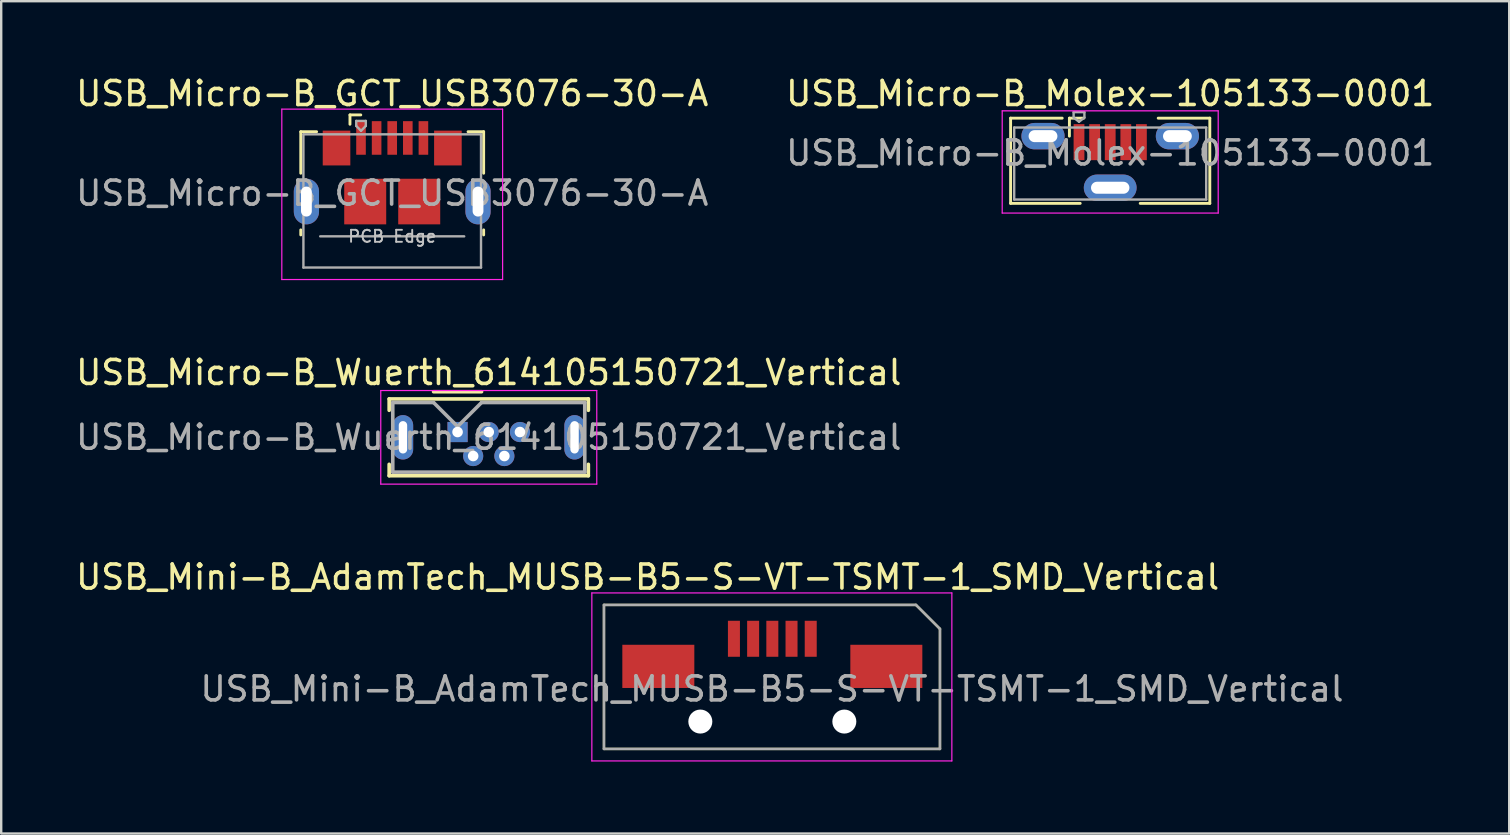
<source format=kicad_pcb>
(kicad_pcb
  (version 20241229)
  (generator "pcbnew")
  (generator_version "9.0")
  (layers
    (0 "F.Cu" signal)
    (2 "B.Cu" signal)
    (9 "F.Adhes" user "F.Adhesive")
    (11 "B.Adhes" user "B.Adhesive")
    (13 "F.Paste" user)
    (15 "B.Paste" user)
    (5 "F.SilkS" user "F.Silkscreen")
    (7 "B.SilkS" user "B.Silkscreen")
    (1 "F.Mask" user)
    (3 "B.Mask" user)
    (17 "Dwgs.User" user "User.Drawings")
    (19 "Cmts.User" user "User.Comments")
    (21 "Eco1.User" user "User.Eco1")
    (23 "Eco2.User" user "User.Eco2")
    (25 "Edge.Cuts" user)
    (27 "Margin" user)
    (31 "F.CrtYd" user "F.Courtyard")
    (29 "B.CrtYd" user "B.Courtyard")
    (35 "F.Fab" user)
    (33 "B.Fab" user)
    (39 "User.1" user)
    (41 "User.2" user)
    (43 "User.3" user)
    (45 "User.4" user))
  (footprint "USB_Micro-B_Molex-105133-0001"
    (layer "F.Cu")
    (at 43.208 3.698)
    (property "Reference" "USB_Micro-B_Molex-105133-0001" (at 0 -2.85 0) (layer "F.SilkS") (effects (font (size 1 1) (thickness 0.15))))
    (attr smd)
    (fp_line (start -4.15 -1.825) (end -4.15 1.725) (stroke (width 0.12) (type solid)) (layer "F.SilkS"))
    (fp_line (start -4.15 1.725) (end -1.25 1.725) (stroke (width 0.12) (type solid)) (layer "F.SilkS"))
    (fp_line (start -2 -1.825) (end -4.15 -1.825) (stroke (width 0.12) (type solid)) (layer "F.SilkS"))
    (fp_line (start -1.7 -1.825) (end -1.1 -1.825) (stroke (width 0.12) (type solid)) (layer "F.SilkS"))
    (fp_line (start -1.7 -1.075) (end -1.7 -1.825) (stroke (width 0.12) (type solid)) (layer "F.SilkS"))
    (fp_line (start 2 -1.825) (end 4.15 -1.825) (stroke (width 0.12) (type solid)) (layer "F.SilkS"))
    (fp_line (start 4.15 -1.825) (end 4.15 1.725) (stroke (width 0.12) (type solid)) (layer "F.SilkS"))
    (fp_line (start 4.15 1.725) (end 1.25 1.725) (stroke (width 0.12) (type solid)) (layer "F.SilkS"))
    (fp_line (start -4.5 -2.13) (end 4.5 -2.13) (stroke (width 0.05) (type solid)) (layer "F.CrtYd"))
    (fp_line (start -4.5 2.13) (end -4.5 -2.13) (stroke (width 0.05) (type solid)) (layer "F.CrtYd"))
    (fp_line (start -4.5 2.13) (end 4.5 2.13) (stroke (width 0.05) (type solid)) (layer "F.CrtYd"))
    (fp_line (start 4.5 2.13) (end 4.5 -2.13) (stroke (width 0.05) (type solid)) (layer "F.CrtYd"))
    (fp_line (start -4 1.565) (end -4 -1.435) (stroke (width 0.1) (type solid)) (layer "F.Fab"))
    (fp_line (start -4 1.565) (end 4 1.565) (stroke (width 0.1) (type solid)) (layer "F.Fab"))
    (fp_line (start -1.525 -2.075) (end -1.075 -2.075) (stroke (width 0.1) (type solid)) (layer "F.Fab"))
    (fp_line (start -1.525 -1.85) (end -1.525 -2.075) (stroke (width 0.1) (type solid)) (layer "F.Fab"))
    (fp_line (start -1.3 -1.675) (end -1.525 -1.85) (stroke (width 0.1) (type solid)) (layer "F.Fab"))
    (fp_line (start -1.3 -1.675) (end -1.075 -1.85) (stroke (width 0.1) (type solid)) (layer "F.Fab"))
    (fp_line (start -1.075 -2.075) (end -1.075 -1.85) (stroke (width 0.1) (type solid)) (layer "F.Fab"))
    (fp_line (start 4 -1.435) (end -4 -1.435) (stroke (width 0.1) (type solid)) (layer "F.Fab"))
    (fp_line (start 4 1.565) (end 4 -1.435) (stroke (width 0.1) (type solid)) (layer "F.Fab"))
    (fp_text user "${REFERENCE}" (at 0 -0.375 0) (layer "F.Fab") (effects (font (size 1 1) (thickness 0.15))))
    (pad "1" smd rect (at -1.3 -0.825) (size 0.45 1.5) (layers "F.Cu" "F.Mask" "F.Paste"))
    (pad "2" smd rect (at -0.65 -0.825) (size 0.45 1.5) (layers "F.Cu" "F.Mask" "F.Paste"))
    (pad "3" smd rect (at 0 -0.825) (size 0.45 1.5) (layers "F.Cu" "F.Mask" "F.Paste"))
    (pad "4" smd rect (at 0.65 -0.825) (size 0.45 1.5) (layers "F.Cu" "F.Mask" "F.Paste"))
    (pad "5" smd rect (at 1.3 -0.825) (size 0.45 1.5) (layers "F.Cu" "F.Mask" "F.Paste"))
    (pad "6" thru_hole oval (at -2.8 -1.075) (size 1.8 1.1) (drill oval 1.2 0.5) (layers "*.Cu" "*.Mask"))
    (pad "6" thru_hole oval (at 0 1.075) (size 2.2 1.1) (drill oval 1.6 0.5) (layers "*.Cu" "*.Mask"))
    (pad "6" thru_hole oval (at 2.8 -1.075) (size 1.8 1.1) (drill oval 1.2 0.5) (layers "*.Cu" "*.Mask")))
  (footprint "USB_Micro-B_Wuerth_614105150721_Vertical"
    (layer "F.Cu")
    (at 16.015 14.951)
    (property "Reference" "USB_Micro-B_Wuerth_614105150721_Vertical" (at 1.3 -2.48 0) (layer "F.SilkS") (effects (font (size 1 1) (thickness 0.15))))
    (attr through_hole)
    (fp_line (start -2.85 -1.38) (end 5.45 -1.38) (stroke (width 0.15) (type solid)) (layer "F.SilkS"))
    (fp_line (start -2.85 -0.905) (end -2.85 -1.38) (stroke (width 0.15) (type solid)) (layer "F.SilkS"))
    (fp_line (start -2.85 1.345) (end -2.85 1.82) (stroke (width 0.15) (type solid)) (layer "F.SilkS"))
    (fp_line (start -2.85 1.82) (end 5.45 1.82) (stroke (width 0.15) (type solid)) (layer "F.SilkS"))
    (fp_line (start -1 -1.68) (end 1 -1.68) (stroke (width 0.15) (type solid)) (layer "F.SilkS"))
    (fp_line (start 5.45 -1.38) (end 5.45 -0.905) (stroke (width 0.15) (type solid)) (layer "F.SilkS"))
    (fp_line (start 5.45 1.82) (end 5.45 1.345) (stroke (width 0.15) (type solid)) (layer "F.SilkS"))
    (fp_line (start -3.2 -1.73) (end -3.2 2.17) (stroke (width 0.05) (type solid)) (layer "F.CrtYd"))
    (fp_line (start -3.2 2.17) (end 5.8 2.17) (stroke (width 0.05) (type solid)) (layer "F.CrtYd"))
    (fp_line (start 5.8 -1.73) (end -3.2 -1.73) (stroke (width 0.05) (type solid)) (layer "F.CrtYd"))
    (fp_line (start 5.8 2.17) (end 5.8 -1.73) (stroke (width 0.05) (type solid)) (layer "F.CrtYd"))
    (fp_line (start -2.7 -1.23) (end -1 -1.23) (stroke (width 0.15) (type solid)) (layer "F.Fab"))
    (fp_line (start -2.7 1.67) (end -2.7 -1.23) (stroke (width 0.15) (type solid)) (layer "F.Fab"))
    (fp_line (start -1 -1.23) (end 0 -0.23) (stroke (width 0.15) (type solid)) (layer "F.Fab"))
    (fp_line (start 0 -0.23) (end 1 -1.23) (stroke (width 0.15) (type solid)) (layer "F.Fab"))
    (fp_line (start 1 -1.23) (end 5.3 -1.23) (stroke (width 0.15) (type solid)) (layer "F.Fab"))
    (fp_line (start 5.3 -1.23) (end 5.3 1.67) (stroke (width 0.15) (type solid)) (layer "F.Fab"))
    (fp_line (start 5.3 1.67) (end -2.7 1.67) (stroke (width 0.15) (type solid)) (layer "F.Fab"))
    (fp_text user "${REFERENCE}" (at 1.3 0.22 0) (layer "F.Fab") (effects (font (size 1 1) (thickness 0.15))))
    (pad "1" thru_hole rect (at 0 0) (size 0.84 0.84) (drill 0.44) (layers "*.Cu" "*.Mask"))
    (pad "2" thru_hole circle (at 0.65 1) (size 0.84 0.84) (drill 0.44) (layers "*.Cu" "*.Mask"))
    (pad "3" thru_hole circle (at 1.3 0) (size 0.84 0.84) (drill 0.44) (layers "*.Cu" "*.Mask"))
    (pad "4" thru_hole circle (at 1.95 1) (size 0.84 0.84) (drill 0.44) (layers "*.Cu" "*.Mask"))
    (pad "5" thru_hole circle (at 2.6 0) (size 0.84 0.84) (drill 0.44) (layers "*.Cu" "*.Mask"))
    (pad "6" thru_hole oval (at -2.275 0.22) (size 0.85 1.85) (drill oval 0.35 1.35) (layers "*.Cu" "*.Mask"))
    (pad "6" thru_hole oval (at 4.875 0.22) (size 0.85 1.85) (drill oval 0.35 1.35) (layers "*.Cu" "*.Mask")))
  (footprint "USB_Mini-B_AdamTech_MUSB-B5-S-VT-TSMT-1_SMD_Vertical"
    (layer "F.Cu")
    (at 29.13 25.165)
    (property "Reference" "USB_Mini-B_AdamTech_MUSB-B5-S-VT-TSMT-1_SMD_Vertical" (at -5.195 -4.17 0) (layer "F.SilkS") (effects (font (size 1 1) (thickness 0.15))))
    (attr smd)
    (fp_line (start -7.015 -3.01) (end -7.015 2.99) (stroke (width 0.1) (type solid)) (layer "F.SilkS"))
    (fp_line (start -7.015 -3.01) (end 5.985 -3.01) (stroke (width 0.1) (type solid)) (layer "F.SilkS"))
    (fp_line (start 5.985 -3.01) (end 6.985 -2.01) (stroke (width 0.1) (type solid)) (layer "F.SilkS"))
    (fp_line (start 6.985 -2.01) (end 6.985 2.99) (stroke (width 0.1) (type solid)) (layer "F.SilkS"))
    (fp_line (start 6.985 2.99) (end -7.015 2.99) (stroke (width 0.1) (type solid)) (layer "F.SilkS"))
    (fp_line (start -7.52 -3.51) (end 7.48 -3.51) (stroke (width 0.05) (type solid)) (layer "F.CrtYd"))
    (fp_line (start -7.52 3.49) (end -7.52 -3.51) (stroke (width 0.05) (type solid)) (layer "F.CrtYd"))
    (fp_line (start 7.48 -3.51) (end 7.48 3.49) (stroke (width 0.05) (type solid)) (layer "F.CrtYd"))
    (fp_line (start 7.48 3.49) (end -7.52 3.49) (stroke (width 0.05) (type solid)) (layer "F.CrtYd"))
    (fp_line (start -7.015 -3.01) (end -7.015 2.99) (stroke (width 0.1) (type solid)) (layer "F.Fab"))
    (fp_line (start -7.015 -3.01) (end 5.985 -3.01) (stroke (width 0.1) (type solid)) (layer "F.Fab"))
    (fp_line (start 5.985 -3.01) (end 6.985 -2.01) (stroke (width 0.1) (type solid)) (layer "F.Fab"))
    (fp_line (start 6.985 -2.01) (end 6.985 2.99) (stroke (width 0.1) (type solid)) (layer "F.Fab"))
    (fp_line (start 6.985 2.99) (end -7.015 2.99) (stroke (width 0.1) (type solid)) (layer "F.Fab"))
    (fp_text user "${REFERENCE}" (at -0.015 0.49 0) (layer "F.Fab") (effects (font (size 1 1) (thickness 0.15))))
    (pad "" np_thru_hole circle (at -3 1.85) (size 1 1) (drill 1) (layers "*.Cu" "*.Mask"))
    (pad "" np_thru_hole circle (at 3 1.85) (size 1 1) (drill 1) (layers "*.Cu" "*.Mask"))
    (pad "1" smd rect (at 1.6 -1.6) (size 0.5 1.5) (layers "F.Cu" "F.Mask" "F.Paste"))
    (pad "2" smd rect (at 0.8 -1.6) (size 0.5 1.5) (layers "F.Cu" "F.Mask" "F.Paste"))
    (pad "3" smd rect (at 0 -1.6) (size 0.5 1.5) (layers "F.Cu" "F.Mask" "F.Paste"))
    (pad "4" smd rect (at -0.8 -1.6) (size 0.5 1.5) (layers "F.Cu" "F.Mask" "F.Paste"))
    (pad "5" smd rect (at -1.6 -1.6) (size 0.5 1.5) (layers "F.Cu" "F.Mask" "F.Paste"))
    (pad "6" smd rect (at -4.75 -0.45) (size 3 1.8) (layers "F.Cu" "F.Mask" "F.Paste"))
    (pad "6" smd rect (at 4.75 -0.45) (size 3 1.8) (layers "F.Cu" "F.Mask" "F.Paste")))
  (footprint "USB_Micro-B_GCT_USB3076-30-A"
    (layer "F.Cu")
    (at 13.292 4.148)
    (property "Reference" "USB_Micro-B_GCT_USB3076-30-A" (at 0 -3.3 0) (layer "F.SilkS") (effects (font (size 1 1) (thickness 0.15))))
    (attr smd)
    (fp_line (start -3.81 -1.71) (end -3.15 -1.71) (stroke (width 0.12) (type solid)) (layer "F.SilkS"))
    (fp_line (start -3.81 0.02) (end -3.81 -1.71) (stroke (width 0.12) (type solid)) (layer "F.SilkS"))
    (fp_line (start -3.81 2.59) (end -3.81 2.38) (stroke (width 0.12) (type solid)) (layer "F.SilkS"))
    (fp_line (start -1.76 -2.41) (end -1.76 -2.02) (stroke (width 0.12) (type solid)) (layer "F.SilkS"))
    (fp_line (start -1.76 -2.41) (end -1.31 -2.41) (stroke (width 0.12) (type solid)) (layer "F.SilkS"))
    (fp_line (start 3.81 -1.71) (end 3.16 -1.71) (stroke (width 0.12) (type solid)) (layer "F.SilkS"))
    (fp_line (start 3.81 0.02) (end 3.81 -1.71) (stroke (width 0.12) (type solid)) (layer "F.SilkS"))
    (fp_line (start 3.81 2.59) (end 3.81 2.38) (stroke (width 0.12) (type solid)) (layer "F.SilkS"))
    (fp_line (start -4.6 -2.65) (end 4.6 -2.65) (stroke (width 0.05) (type solid)) (layer "F.CrtYd"))
    (fp_line (start -4.6 4.45) (end -4.6 -2.65) (stroke (width 0.05) (type solid)) (layer "F.CrtYd"))
    (fp_line (start -4.6 4.45) (end 4.6 4.45) (stroke (width 0.05) (type solid)) (layer "F.CrtYd"))
    (fp_line (start 4.6 -2.65) (end 4.6 4.45) (stroke (width 0.05) (type solid)) (layer "F.CrtYd"))
    (fp_line (start -3.7 -1.6) (end 3.7 -1.6) (stroke (width 0.1) (type solid)) (layer "F.Fab"))
    (fp_line (start -3.7 3.95) (end -3.7 -1.6) (stroke (width 0.1) (type solid)) (layer "F.Fab"))
    (fp_line (start -3.7 3.95) (end 3.7 3.95) (stroke (width 0.1) (type solid)) (layer "F.Fab"))
    (fp_line (start -3 2.65) (end 3 2.65) (stroke (width 0.1) (type solid)) (layer "F.Fab"))
    (fp_line (start -1.5 -2.16) (end -1.5 -1.95) (stroke (width 0.1) (type solid)) (layer "F.Fab"))
    (fp_line (start -1.5 -2.16) (end -1.1 -2.16) (stroke (width 0.1) (type solid)) (layer "F.Fab"))
    (fp_line (start -1.3 -1.75) (end -1.5 -1.95) (stroke (width 0.1) (type solid)) (layer "F.Fab"))
    (fp_line (start -1.1 -2.16) (end -1.1 -1.95) (stroke (width 0.1) (type solid)) (layer "F.Fab"))
    (fp_line (start -1.1 -1.95) (end -1.3 -1.75) (stroke (width 0.1) (type solid)) (layer "F.Fab"))
    (fp_line (start 3.7 3.95) (end 3.7 -1.6) (stroke (width 0.1) (type solid)) (layer "F.Fab"))
    (fp_text user "PCB Edge" (at 0 2.65 0) (layer "Dwgs.User") (effects (font (size 0.5 0.5) (thickness 0.08))))
    (fp_text user "${REFERENCE}" (at 0 0.85 0) (layer "F.Fab") (effects (font (size 1 1) (thickness 0.15))))
    (pad "1" smd rect (at -1.3 -1.45) (size 0.4 1.4) (layers "F.Cu" "F.Mask" "F.Paste"))
    (pad "2" smd rect (at -0.65 -1.45) (size 0.4 1.4) (layers "F.Cu" "F.Mask" "F.Paste"))
    (pad "3" smd rect (at 0 -1.45) (size 0.4 1.4) (layers "F.Cu" "F.Mask" "F.Paste"))
    (pad "4" smd rect (at 0.65 -1.45) (size 0.4 1.4) (layers "F.Cu" "F.Mask" "F.Paste"))
    (pad "5" smd rect (at 1.3 -1.45) (size 0.4 1.4) (layers "F.Cu" "F.Mask" "F.Paste"))
    (pad "6" thru_hole oval (at -3.575 1.2 180) (size 1.05 1.9) (drill oval 0.45 1.25) (layers "*.Cu" "*.Mask"))
    (pad "6" smd rect (at -2.32 -1.03) (size 1.15 1.45) (layers "F.Cu" "F.Mask" "F.Paste"))
    (pad "6" smd rect (at -1.125 1.2) (size 1.75 1.9) (layers "F.Cu" "F.Mask" "F.Paste"))
    (pad "6" smd rect (at 1.125 1.2) (size 1.75 1.9) (layers "F.Cu" "F.Mask" "F.Paste"))
    (pad "6" smd rect (at 2.32 -1.03) (size 1.15 1.45) (layers "F.Cu" "F.Mask" "F.Paste"))
    (pad "6" thru_hole oval (at 3.575 1.2) (size 1.05 1.9) (drill oval 0.45 1.25) (layers "*.Cu" "*.Mask")))
  (gr_rect
    (start -3 -3)
    (end 59.833 31.68)
    (stroke (width 0.1) (type default))
    (fill no)
    (layer "Edge.Cuts")))
</source>
